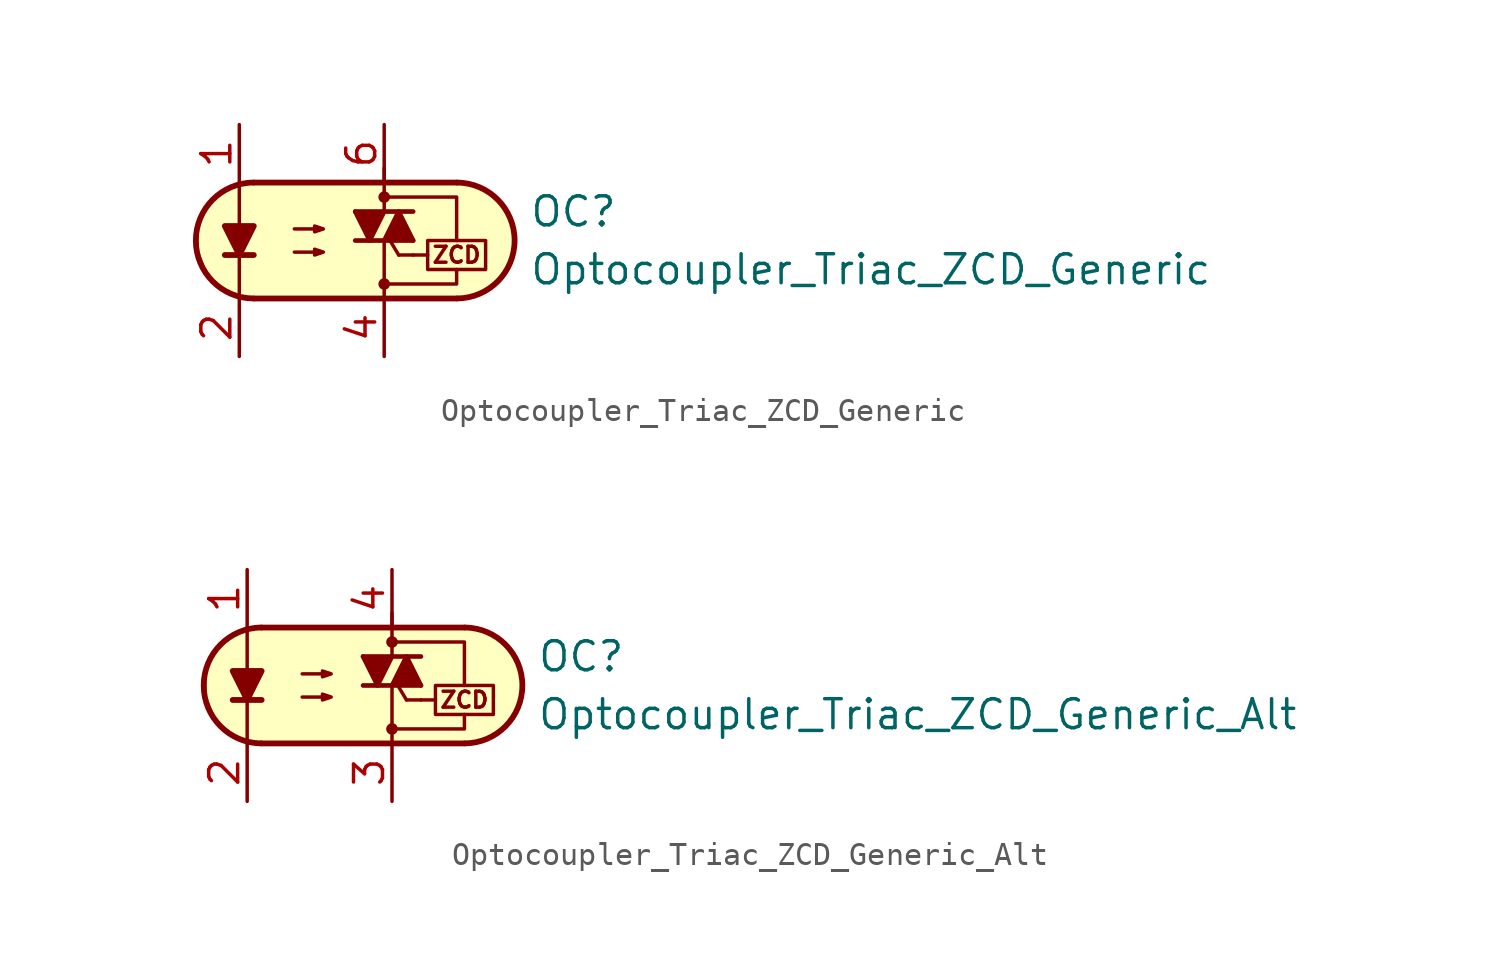
<source format=kicad_sym>
(kicad_symbol_lib
  (version 20211014)
  (generator kicad_symbol_editor)
  (symbol "Optocoupler_Triac_ZCD_Generic"
    (pin_names
      (offset 1.016))
    (property "Reference" "OC"
      (at 7.62 1.27 0)
      (effects (font (size 1.27 1.27)) (justify left)))
    (property "Value" "Optocoupler_Triac_ZCD_Generic"
      (at 7.62 -1.27 0)
      (effects (font (size 1.27 1.27)) (justify left)))
    (symbol "Optocoupler_Triac_ZCD_Generic_0_0"
      (polyline (pts (xy 4.445 -1.27) (xy 4.445 -1.905) (xy 1.27 -1.905)) (stroke (width 0.152) (type default) (color 0 0 0 0)) (fill (type none)))
      (polyline (pts (xy 4.445 0) (xy 4.445 1.905) (xy 1.27 1.905)) (stroke (width 0.152) (type default) (color 0 0 0 0)) (fill (type none)))
      (circle (center 1.27 -1.905) (radius 0.178) (stroke (width 0) (type default) (color 0 0 0 0)) (fill (type outline)))
      (circle (center 1.27 1.905) (radius 0.178) (stroke (width 0) (type default) (color 0 0 0 0)) (fill (type outline)))
      (text "ZCD" (at 4.445 -0.635 0) (effects (font (size 0.7 0.7)))))
    (symbol "Optocoupler_Triac_ZCD_Generic_0_1"
      (arc (start -4.4675 2.54) (mid -6.9851 0) (end -4.4675 -2.54) (stroke (width 0.254) (type default) (color 0 0 0 0)) (fill (type none)))
      (polyline (pts (xy -5.715 -0.635) (xy -4.445 -0.635)) (stroke (width 0.254) (type default) (color 0 0 0 0)) (fill (type none)))
      (polyline (pts (xy -4.445 2.54) (xy 4.445 2.54)) (stroke (width 0.254) (type default) (color 0 0 0 0)) (fill (type none)))
      (polyline (pts (xy 1.27 0) (xy 1.27 -2.54)) (stroke (width 0.152) (type default) (color 0 0 0 0)) (fill (type none)))
      (polyline (pts (xy 1.27 3.175) (xy 1.27 1.27)) (stroke (width 0.152) (type default) (color 0 0 0 0)) (fill (type none)))
      (polyline (pts (xy 1.905 -0.635) (xy 1.524 0)) (stroke (width 0.152) (type default) (color 0 0 0 0)) (fill (type none)))
      (polyline (pts (xy 2.54 -0.635) (xy 1.905 -0.635)) (stroke (width 0.152) (type default) (color 0 0 0 0)) (fill (type none)))
      (polyline (pts (xy 2.54 -0.635) (xy 3.175 -0.635)) (stroke (width 0.152) (type default) (color 0 0 0 0)) (fill (type none)))
      (polyline (pts (xy 4.445 -2.54) (xy -4.445 -2.54)) (stroke (width 0.254) (type default) (color 0 0 0 0)) (fill (type none)))
      (polyline (pts (xy -5.08 -2.54) (xy -5.08 -1.27) (xy -5.08 2.54)) (stroke (width 0.152) (type default) (color 0 0 0 0)) (fill (type none)))
      (polyline (pts (xy -5.08 -0.635) (xy -5.715 0.635) (xy -4.445 0.635) (xy -5.08 -0.635)) (stroke (width 0.254) (type default) (color 0 0 0 0)) (fill (type outline)))
      (polyline (pts (xy -2.667 -0.508) (xy -1.397 -0.508) (xy -1.778 -0.635) (xy -1.778 -0.381) (xy -1.397 -0.508)) (stroke (width 0) (type default) (color 0 0 0 0)) (fill (type none)))
      (polyline (pts (xy -2.667 0.508) (xy -1.397 0.508) (xy -1.778 0.381) (xy -1.778 0.635) (xy -1.397 0.508)) (stroke (width 0) (type default) (color 0 0 0 0)) (fill (type none)))
      (polyline (pts (xy -3.81 2.54) (xy 1.397 2.54) (xy 2.159 2.54) (xy 4.064 2.54) (xy 5.207 2.413) (xy 6.223 1.905) (xy 6.858 0.889) (xy 6.985 0) (xy 6.858 -0.889) (xy 6.35 -1.651) (xy 5.461 -2.286) (xy 4.572 -2.54) (xy -5.08 -2.54) (xy -5.08 -2.54) (xy -5.842 -2.032) (xy -6.35 -1.778) (xy -6.858 -0.508) (xy -6.858 0.254) (xy -6.858 1.016) (xy -6.35 1.778) (xy -5.588 2.286) (xy -4.826 2.54) (xy -3.81 2.54)) (stroke (width 0.01) (type default) (color 0 0 0 0)) (fill (type background)))
      (rectangle (start 3.175 0) (end 5.715 -1.27) (stroke (width 0.152) (type default) (color 0 0 0 0)) (fill (type none)))
      (arc (start 4.4675 -2.54) (mid 6.9851 0) (end 4.4675 2.54) (stroke (width 0.254) (type default) (color 0 0 0 0)) (fill (type none))))
    (symbol "Optocoupler_Triac_ZCD_Generic_1_1"
      (polyline (pts (xy 0 0) (xy 2.54 0)) (stroke (width 0.203) (type default) (color 0 0 0 0)) (fill (type none)))
      (polyline (pts (xy 0 1.27) (xy 2.54 1.27)) (stroke (width 0.203) (type default) (color 0 0 0 0)) (fill (type none)))
      (polyline (pts (xy 0 1.27) (xy 0.635 0) (xy 1.27 1.27)) (stroke (width 0.203) (type default) (color 0 0 0 0)) (fill (type outline)))
      (polyline (pts (xy 1.27 0) (xy 1.905 1.27) (xy 2.54 0)) (stroke (width 0.203) (type default) (color 0 0 0 0)) (fill (type outline)))
      (pin passive line (at -5.08 5.08 270) (length 2.54) (name "~" (effects (font (size 1.27 1.27)))) (number "1" (effects (font (size 1.27 1.27)))))
      (pin passive line (at -5.08 -5.08 90) (length 2.54) (name "~" (effects (font (size 1.27 1.27)))) (number "2" (effects (font (size 1.27 1.27)))))
      (pin no_connect line (at -2.54 0 0) (length 2.54) hide (name "NC" (effects (font (size 1.27 1.27)))) (number "3" (effects (font (size 1.27 1.27)))))
      (pin passive line (at 1.27 -5.08 90) (length 2.54) (name "~" (effects (font (size 1.27 1.27)))) (number "4" (effects (font (size 1.27 1.27)))))
      (pin no_connect line (at 2.54 0 180) (length 2.54) hide (name "NC" (effects (font (size 1.27 1.27)))) (number "5" (effects (font (size 1.27 1.27)))))
      (pin passive line (at 1.27 5.08 270) (length 2.54) (name "~" (effects (font (size 1.27 1.27)))) (number "6" (effects (font (size 1.27 1.27)))))))
  (symbol "Optocoupler_Triac_ZCD_Generic_Alt"
    (pin_names
      (offset 1.016))
    (property "Reference" "OC"
      (at 7.62 1.27 0)
      (effects (font (size 1.27 1.27)) (justify left)))
    (property "Value" "Optocoupler_Triac_ZCD_Generic_Alt"
      (at 7.62 -1.27 0)
      (effects (font (size 1.27 1.27)) (justify left)))
    (symbol "Optocoupler_Triac_ZCD_Generic_Alt_0_0"
      (polyline (pts (xy 4.445 -1.27) (xy 4.445 -1.905) (xy 1.27 -1.905)) (stroke (width 0.152) (type default) (color 0 0 0 0)) (fill (type none)))
      (polyline (pts (xy 4.445 0) (xy 4.445 1.905) (xy 1.27 1.905)) (stroke (width 0.152) (type default) (color 0 0 0 0)) (fill (type none)))
      (circle (center 1.27 -1.905) (radius 0.178) (stroke (width 0) (type default) (color 0 0 0 0)) (fill (type outline)))
      (circle (center 1.27 1.905) (radius 0.178) (stroke (width 0) (type default) (color 0 0 0 0)) (fill (type outline)))
      (text "ZCD" (at 4.445 -0.635 0) (effects (font (size 0.7 0.7)))))
    (symbol "Optocoupler_Triac_ZCD_Generic_Alt_0_1"
      (arc (start -4.4675 2.54) (mid -6.9851 0) (end -4.4675 -2.54) (stroke (width 0.254) (type default) (color 0 0 0 0)) (fill (type none)))
      (polyline (pts (xy -5.715 -0.635) (xy -4.445 -0.635)) (stroke (width 0.254) (type default) (color 0 0 0 0)) (fill (type none)))
      (polyline (pts (xy -4.445 2.54) (xy 4.445 2.54)) (stroke (width 0.254) (type default) (color 0 0 0 0)) (fill (type none)))
      (polyline (pts (xy 1.27 0) (xy 1.27 -2.54)) (stroke (width 0.152) (type default) (color 0 0 0 0)) (fill (type none)))
      (polyline (pts (xy 1.27 3.175) (xy 1.27 1.27)) (stroke (width 0.152) (type default) (color 0 0 0 0)) (fill (type none)))
      (polyline (pts (xy 1.905 -0.635) (xy 1.524 0)) (stroke (width 0.152) (type default) (color 0 0 0 0)) (fill (type none)))
      (polyline (pts (xy 2.54 -0.635) (xy 1.905 -0.635)) (stroke (width 0.152) (type default) (color 0 0 0 0)) (fill (type none)))
      (polyline (pts (xy 2.54 -0.635) (xy 3.175 -0.635)) (stroke (width 0.152) (type default) (color 0 0 0 0)) (fill (type none)))
      (polyline (pts (xy 4.445 -2.54) (xy -4.445 -2.54)) (stroke (width 0.254) (type default) (color 0 0 0 0)) (fill (type none)))
      (polyline (pts (xy -5.08 -2.54) (xy -5.08 -1.27) (xy -5.08 2.54)) (stroke (width 0.152) (type default) (color 0 0 0 0)) (fill (type none)))
      (polyline (pts (xy -5.08 -0.635) (xy -5.715 0.635) (xy -4.445 0.635) (xy -5.08 -0.635)) (stroke (width 0.254) (type default) (color 0 0 0 0)) (fill (type outline)))
      (polyline (pts (xy -2.667 -0.508) (xy -1.397 -0.508) (xy -1.778 -0.635) (xy -1.778 -0.381) (xy -1.397 -0.508)) (stroke (width 0) (type default) (color 0 0 0 0)) (fill (type none)))
      (polyline (pts (xy -2.667 0.508) (xy -1.397 0.508) (xy -1.778 0.381) (xy -1.778 0.635) (xy -1.397 0.508)) (stroke (width 0) (type default) (color 0 0 0 0)) (fill (type none)))
      (polyline (pts (xy -3.81 2.54) (xy 1.397 2.54) (xy 2.159 2.54) (xy 4.064 2.54) (xy 5.207 2.413) (xy 6.223 1.905) (xy 6.858 0.889) (xy 6.985 0) (xy 6.858 -0.889) (xy 6.35 -1.651) (xy 5.461 -2.286) (xy 4.572 -2.54) (xy -5.08 -2.54) (xy -5.08 -2.54) (xy -5.842 -2.032) (xy -6.35 -1.778) (xy -6.858 -0.508) (xy -6.858 0.254) (xy -6.858 1.016) (xy -6.35 1.778) (xy -5.588 2.286) (xy -4.826 2.54) (xy -3.81 2.54)) (stroke (width 0.01) (type default) (color 0 0 0 0)) (fill (type background)))
      (rectangle (start 3.175 0) (end 5.715 -1.27) (stroke (width 0.152) (type default) (color 0 0 0 0)) (fill (type none)))
      (arc (start 4.4675 -2.54) (mid 6.9851 0) (end 4.4675 2.54) (stroke (width 0.254) (type default) (color 0 0 0 0)) (fill (type none))))
    (symbol "Optocoupler_Triac_ZCD_Generic_Alt_1_1"
      (polyline (pts (xy 0 0) (xy 2.54 0)) (stroke (width 0.203) (type default) (color 0 0 0 0)) (fill (type none)))
      (polyline (pts (xy 0 1.27) (xy 2.54 1.27)) (stroke (width 0.203) (type default) (color 0 0 0 0)) (fill (type none)))
      (polyline (pts (xy 0 1.27) (xy 0.635 0) (xy 1.27 1.27)) (stroke (width 0.203) (type default) (color 0 0 0 0)) (fill (type outline)))
      (polyline (pts (xy 1.27 0) (xy 1.905 1.27) (xy 2.54 0)) (stroke (width 0.203) (type default) (color 0 0 0 0)) (fill (type outline)))
      (pin passive line (at -5.08 5.08 270) (length 2.54) (name "~" (effects (font (size 1.27 1.27)))) (number "1" (effects (font (size 1.27 1.27)))))
      (pin passive line (at -5.08 -5.08 90) (length 2.54) (name "~" (effects (font (size 1.27 1.27)))) (number "2" (effects (font (size 1.27 1.27)))))
      (pin passive line (at 1.27 -5.08 90) (length 2.54) (name "~" (effects (font (size 1.27 1.27)))) (number "3" (effects (font (size 1.27 1.27)))))
      (pin passive line (at 1.27 5.08 270) (length 2.54) (name "~" (effects (font (size 1.27 1.27)))) (number "4" (effects (font (size 1.27 1.27))))))))
</source>
